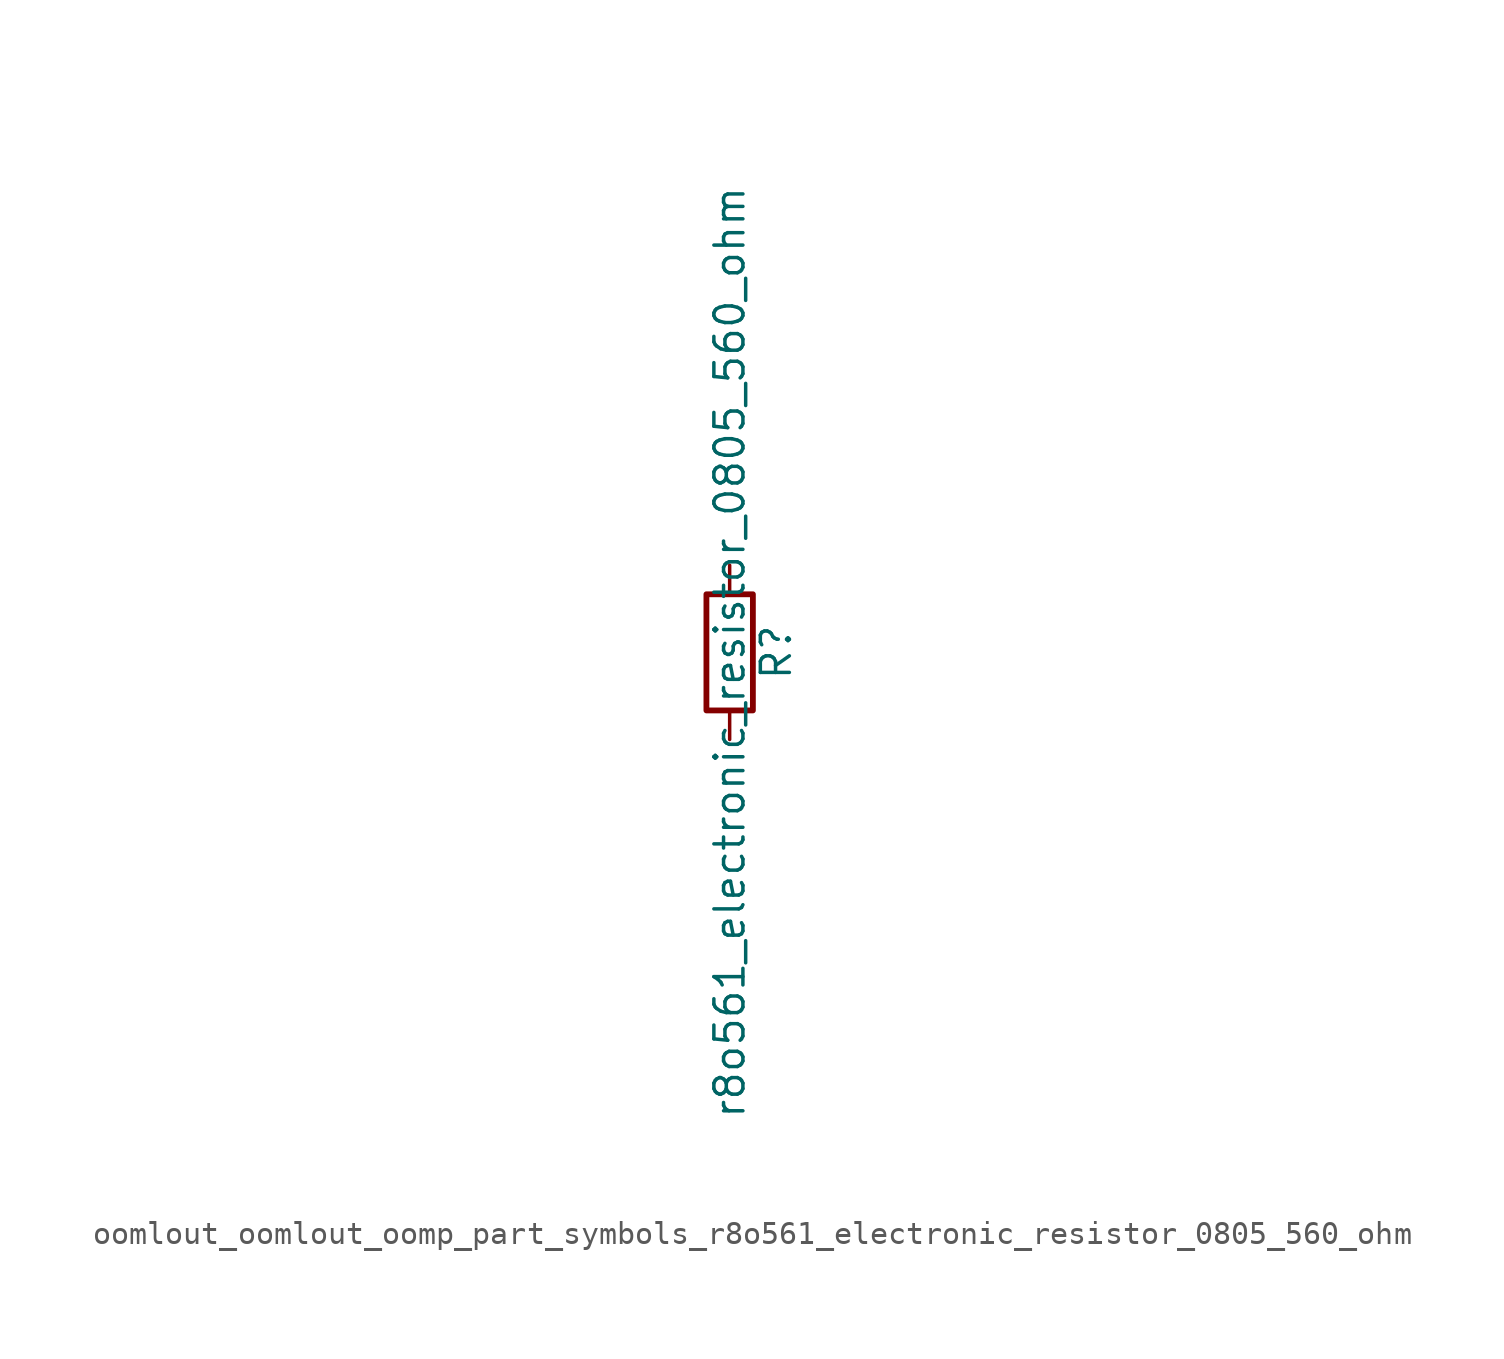
<source format=kicad_sym>
(kicad_symbol_lib
  (version 20220914)
  (generator kicad_symbol_editor)
  (symbol "oomlout_oomlout_oomp_part_symbols_r8o561_electronic_resistor_0805_560_ohm"
    (pin_numbers hide)
    (pin_names
      (offset 0))
    (property "Reference" "R"
      (at 2.032 0 90)
      (effects (font (size 1.27 1.27))))
    (property "Value" "r8o561_electronic_resistor_0805_560_ohm"
      (at 0 0 90)
      (effects (font (size 1.27 1.27))))
    (symbol "oomlout_oomlout_oomp_part_symbols_r8o561_electronic_resistor_0805_560_ohm_0_1"
      (rectangle (start -1.016 -2.54) (end 1.016 2.54) (stroke (width 0.254) (type default)) (fill (type none))))
    (symbol "oomlout_oomlout_oomp_part_symbols_r8o561_electronic_resistor_0805_560_ohm_1_1"
      (pin passive line (at 0 3.81 270) (length 1.27) (name "~" (effects (font (size 1.27 1.27)))) (number "1" (effects (font (size 1.27 1.27)))))
      (pin passive line (at 0 -3.81 90) (length 1.27) (name "~" (effects (font (size 1.27 1.27)))) (number "2" (effects (font (size 1.27 1.27))))))))
</source>
